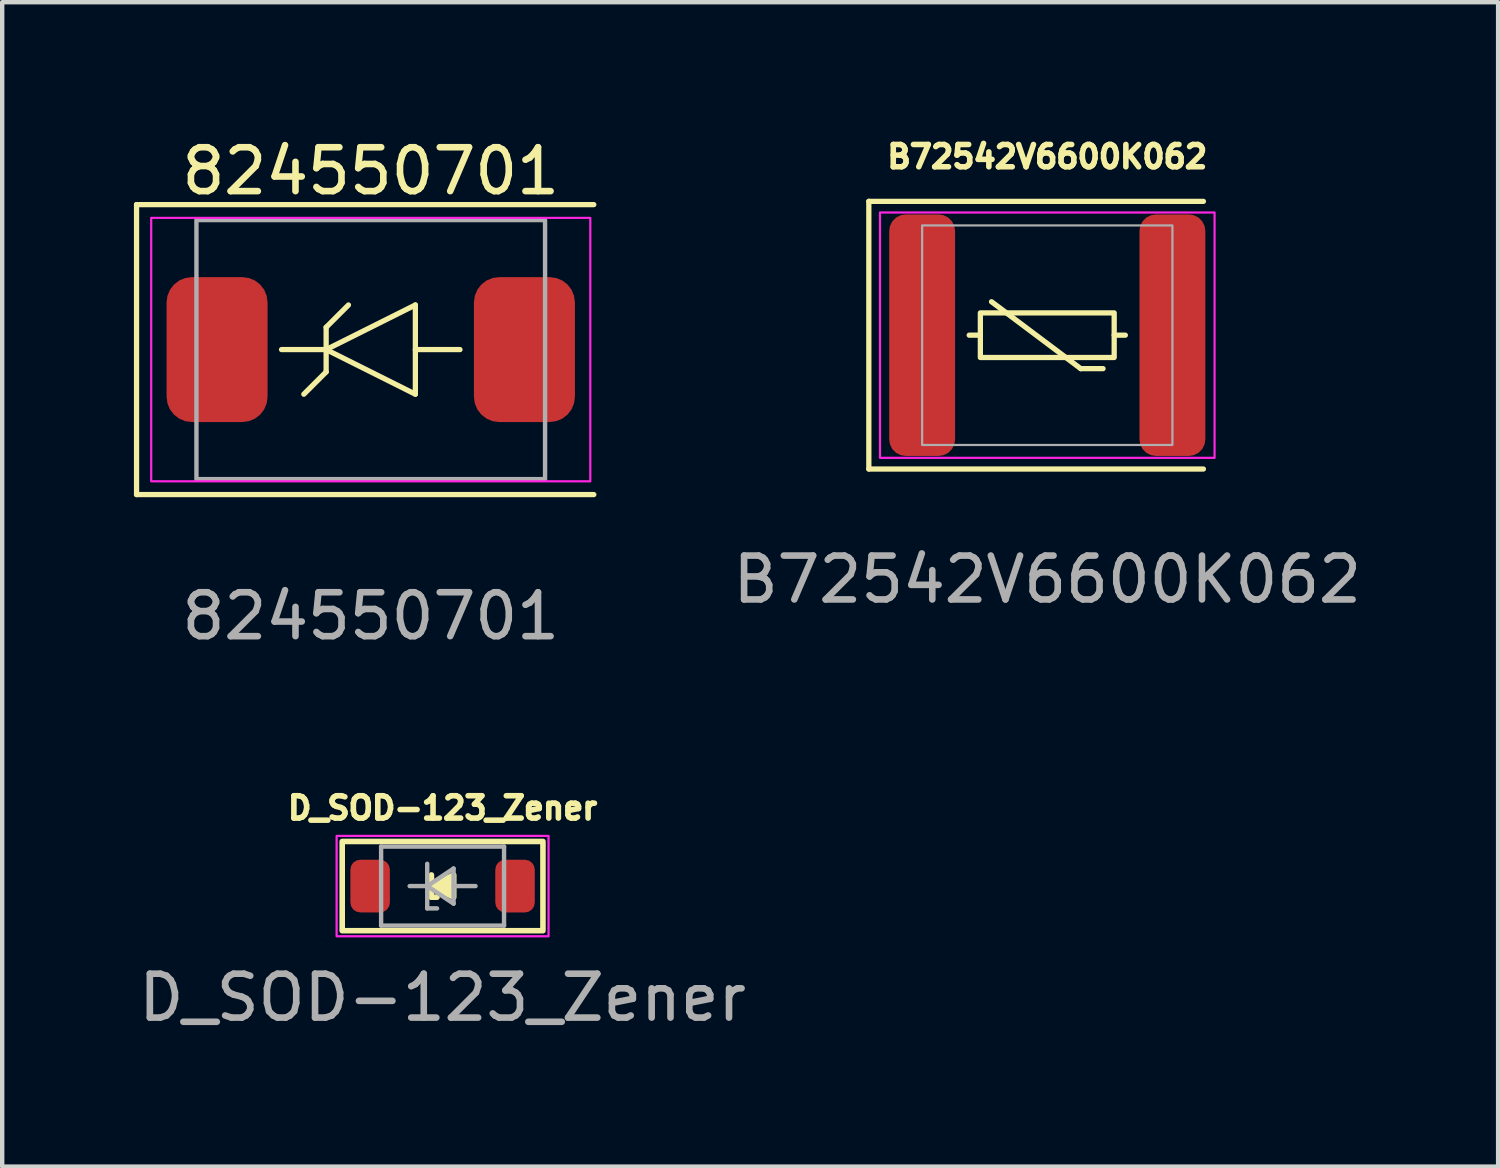
<source format=kicad_pcb>
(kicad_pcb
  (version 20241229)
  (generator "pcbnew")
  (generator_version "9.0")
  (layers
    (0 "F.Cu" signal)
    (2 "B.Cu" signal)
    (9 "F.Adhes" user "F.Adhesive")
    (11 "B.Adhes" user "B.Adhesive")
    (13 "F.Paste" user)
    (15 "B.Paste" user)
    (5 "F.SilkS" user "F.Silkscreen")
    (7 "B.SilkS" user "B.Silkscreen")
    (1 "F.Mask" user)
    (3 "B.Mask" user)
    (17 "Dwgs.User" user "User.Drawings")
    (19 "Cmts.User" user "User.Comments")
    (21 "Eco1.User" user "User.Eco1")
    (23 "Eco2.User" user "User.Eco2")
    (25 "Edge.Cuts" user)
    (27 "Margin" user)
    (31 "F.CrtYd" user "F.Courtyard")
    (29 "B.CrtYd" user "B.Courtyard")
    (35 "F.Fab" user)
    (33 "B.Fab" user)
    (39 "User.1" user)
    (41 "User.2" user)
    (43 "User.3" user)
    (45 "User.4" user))
  (footprint "824550701"
    (layer "F.Cu")
    (at 5.394 4.912)
    (property "Reference" "824550701" (at 0 -4.064 0) (unlocked yes) (layer "F.SilkS") (effects (font (size 1 1) (thickness 0.15))))
    (attr smd)
    (fp_line (start -5.334 -3.302) (end -5.334 3.302) (stroke (width 0.12) (type default)) (layer "F.SilkS"))
    (fp_line (start -5.334 3.302) (end 5.08 3.302) (stroke (width 0.12) (type default)) (layer "F.SilkS"))
    (fp_line (start -2.032 0) (end -1.016 0) (stroke (width 0.12) (type default)) (layer "F.SilkS"))
    (fp_line (start -1.016 -0.508) (end -1.016 0.508) (stroke (width 0.12) (type default)) (layer "F.SilkS"))
    (fp_line (start -1.016 -0.508) (end -0.508 -1.016) (stroke (width 0.12) (type default)) (layer "F.SilkS"))
    (fp_line (start -1.016 0) (end 1.016 -1.016) (stroke (width 0.12) (type default)) (layer "F.SilkS"))
    (fp_line (start -1.016 0.508) (end -1.524 1.016) (stroke (width 0.12) (type default)) (layer "F.SilkS"))
    (fp_line (start 1.016 -1.016) (end 1.016 1.016) (stroke (width 0.12) (type default)) (layer "F.SilkS"))
    (fp_line (start 1.016 0) (end 2.032 0) (stroke (width 0.12) (type default)) (layer "F.SilkS"))
    (fp_line (start 1.016 1.016) (end -1.016 0) (stroke (width 0.12) (type default)) (layer "F.SilkS"))
    (fp_line (start 5.08 -3.302) (end -5.334 -3.302) (stroke (width 0.12) (type default)) (layer "F.SilkS"))
    (fp_rect (start -5 -3) (end 5 3) (stroke (width 0.05) (type default)) (fill no) (layer "F.CrtYd"))
    (fp_rect (start -3.97 -2.95) (end 3.97 2.95) (stroke (width 0.1) (type default)) (fill no) (layer "F.Fab"))
    (fp_text user "${REFERENCE}" (at 0 6.072 0) (unlocked yes) (layer "F.Fab") (effects (font (size 1 1) (thickness 0.15))))
    (pad "1" smd roundrect (at -3.5 0) (size 2.3 3.3) (layers "F.Cu" "F.Mask" "F.Paste") (roundrect_rratio 0.25))
    (pad "2" smd roundrect (at 3.5 0) (size 2.3 3.3) (layers "F.Cu" "F.Mask" "F.Paste") (roundrect_rratio 0.25)))
  (footprint "D_SOD-123_Zener"
    (layer "F.Cu")
    (at 7.03 17.131)
    (property "Reference" "D_SOD-123_Zener" (at 0 -1.778 0) (layer "F.SilkS") (effects (font (size 0.508 0.508) (thickness 0.127) (bold yes))))
    (attr smd)
    (fp_line (start -0.254 -0.254) (end -0.254 0.254) (stroke (width 0.127) (type default)) (layer "F.SilkS"))
    (fp_line (start -0.254 0.254) (end -0.127 0.254) (stroke (width 0.127) (type default)) (layer "F.SilkS"))
    (fp_rect (start -2.286 -1.016) (end 2.286 1.016) (stroke (width 0.127) (type default)) (fill no) (layer "F.SilkS"))
    (fp_poly (pts (xy -0.254 0) (xy 0.254 -0.254) (xy 0.254 0.254)) (stroke (width 0.127) (type solid)) (fill yes) (layer "F.SilkS"))
    (fp_rect (start -2.413 -1.143) (end 2.413 1.143) (stroke (width 0.051) (type default)) (fill no) (layer "F.CrtYd"))
    (fp_line (start -1.4 -0.9) (end 1.4 -0.9) (stroke (width 0.1) (type solid)) (layer "F.Fab"))
    (fp_line (start -1.4 0.9) (end -1.4 -0.9) (stroke (width 0.1) (type solid)) (layer "F.Fab"))
    (fp_line (start -0.75 0) (end -0.35 0) (stroke (width 0.1) (type solid)) (layer "F.Fab"))
    (fp_line (start -0.35 0) (end -0.35 -0.508) (stroke (width 0.1) (type solid)) (layer "F.Fab"))
    (fp_line (start -0.35 0) (end -0.35 0.508) (stroke (width 0.1) (type solid)) (layer "F.Fab"))
    (fp_line (start -0.35 0) (end 0.25 -0.4) (stroke (width 0.1) (type solid)) (layer "F.Fab"))
    (fp_line (start -0.35 0.508) (end -0.127 0.508) (stroke (width 0.102) (type default)) (layer "F.Fab"))
    (fp_line (start 0.25 -0.4) (end 0.25 0.4) (stroke (width 0.1) (type solid)) (layer "F.Fab"))
    (fp_line (start 0.25 0) (end 0.75 0) (stroke (width 0.1) (type solid)) (layer "F.Fab"))
    (fp_line (start 0.25 0.4) (end -0.35 0) (stroke (width 0.1) (type solid)) (layer "F.Fab"))
    (fp_line (start 1.4 -0.9) (end 1.4 0.9) (stroke (width 0.1) (type solid)) (layer "F.Fab"))
    (fp_line (start 1.4 0.9) (end -1.4 0.9) (stroke (width 0.1) (type solid)) (layer "F.Fab"))
    (fp_text user "${REFERENCE}" (at 0 2.54 0) (layer "F.Fab") (effects (font (size 1 1) (thickness 0.15))))
    (pad "1" smd roundrect (at -1.65 0) (size 0.9 1.2) (layers "F.Cu" "F.Mask" "F.Paste") (roundrect_rratio 0.25))
    (pad "2" smd roundrect (at 1.65 0) (size 0.9 1.2) (layers "F.Cu" "F.Mask" "F.Paste") (roundrect_rratio 0.25)))
  (footprint "B72542V6600K062"
    (layer "F.Cu")
    (at 20.802 4.584)
    (property "Reference" "B72542V6600K062" (at 0 -4.064 0) (unlocked yes) (layer "F.SilkS") (effects (font (size 0.508 0.508) (thickness 0.127))))
    (attr smd)
    (fp_line (start -4.064 -3.048) (end -4.064 3.048) (stroke (width 0.12) (type default)) (layer "F.SilkS"))
    (fp_line (start -4.064 3.048) (end 3.556 3.048) (stroke (width 0.12) (type default)) (layer "F.SilkS"))
    (fp_line (start -1.778 0) (end -1.524 0) (stroke (width 0.12) (type default)) (layer "F.SilkS"))
    (fp_line (start -1.27 -0.762) (end 0.762 0.762) (stroke (width 0.12) (type default)) (layer "F.SilkS"))
    (fp_line (start 0.762 0.762) (end 1.27 0.762) (stroke (width 0.12) (type default)) (layer "F.SilkS"))
    (fp_line (start 1.524 0) (end 1.778 0) (stroke (width 0.12) (type default)) (layer "F.SilkS"))
    (fp_line (start 3.556 -3.048) (end -4.064 -3.048) (stroke (width 0.12) (type default)) (layer "F.SilkS"))
    (fp_rect (start -1.524 -0.508) (end 1.524 0.508) (stroke (width 0.12) (type default)) (fill no) (layer "F.SilkS"))
    (fp_rect (start -3.81 -2.794) (end 3.81 2.794) (stroke (width 0.05) (type default)) (fill no) (layer "F.CrtYd"))
    (fp_rect (start -2.85 -2.5) (end 2.85 2.5) (stroke (width 0.05) (type default)) (fill no) (layer "F.Fab"))
    (fp_text user "${REFERENCE}" (at 0 5.564 0) (unlocked yes) (layer "F.Fab") (effects (font (size 1 1) (thickness 0.15))))
    (pad "1" smd roundrect (at -2.85 0) (size 1.5 5.5) (layers "F.Cu" "F.Mask" "F.Paste") (roundrect_rratio 0.25))
    (pad "2" smd roundrect (at 2.85 0) (size 1.5 5.5) (layers "F.Cu" "F.Mask" "F.Paste") (roundrect_rratio 0.25)))
  (gr_rect
    (start -3 -3)
    (end 31.07 23.519)
    (stroke (width 0.1) (type default))
    (fill no)
    (layer "Edge.Cuts")))
</source>
